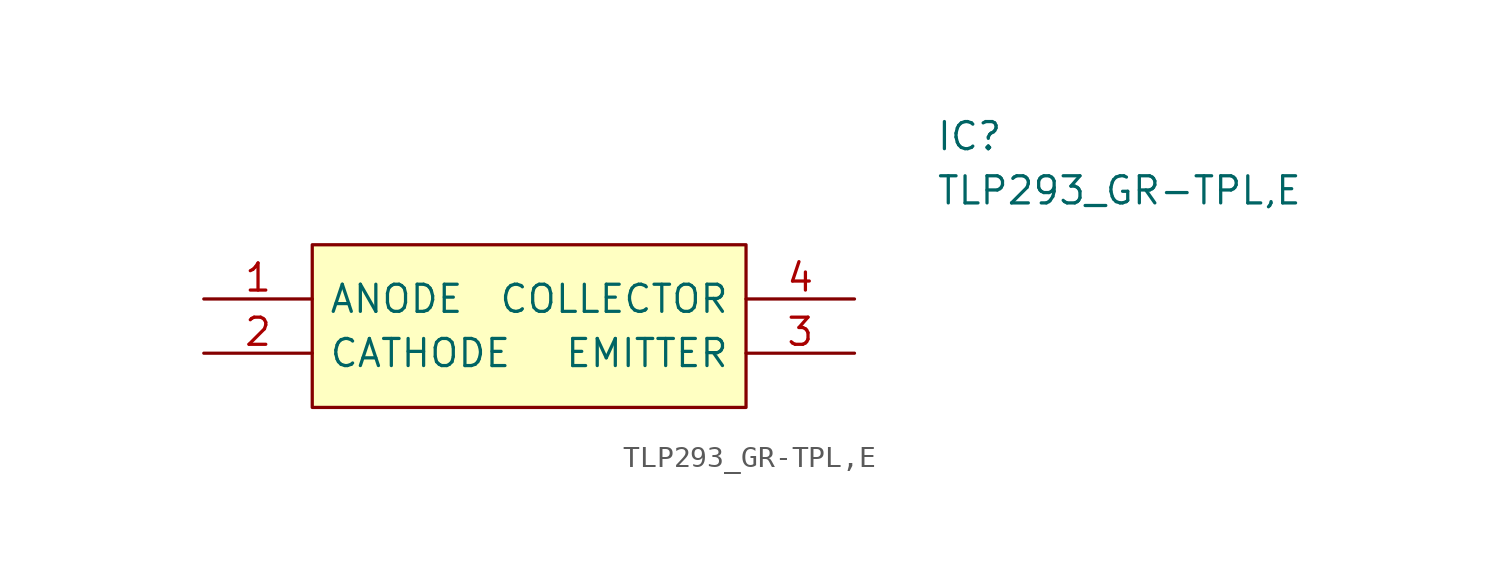
<source format=kicad_sym>
(kicad_symbol_lib
  (version 20211014)
  (generator kicad_symbol_editor)
  (symbol "TLP293_GR-TPL,E"
    (pin_names
      (offset 0.762))
    (property "Reference" "IC"
      (at 34.29 7.62 0)
      (effects (font (size 1.27 1.27)) (justify left)))
    (property "Value" "TLP293_GR-TPL,E"
      (at 34.29 5.08 0)
      (effects (font (size 1.27 1.27)) (justify left)))
    (symbol "TLP293_GR-TPL,E_0_0"
      (pin passive line (at 0 0 0) (length 5.08) (name "ANODE" (effects (font (size 1.27 1.27)))) (number "1" (effects (font (size 1.27 1.27)))))
      (pin passive line (at 0 -2.54 0) (length 5.08) (name "CATHODE" (effects (font (size 1.27 1.27)))) (number "2" (effects (font (size 1.27 1.27)))))
      (pin passive line (at 30.48 -2.54 180) (length 5.08) (name "EMITTER" (effects (font (size 1.27 1.27)))) (number "3" (effects (font (size 1.27 1.27)))))
      (pin passive line (at 30.48 0 180) (length 5.08) (name "COLLECTOR" (effects (font (size 1.27 1.27)))) (number "4" (effects (font (size 1.27 1.27))))))
    (symbol "TLP293_GR-TPL,E_0_1"
      (polyline (pts (xy 5.08 2.54) (xy 25.4 2.54) (xy 25.4 -5.08) (xy 5.08 -5.08) (xy 5.08 2.54)) (stroke (width 0.152) (type default) (color 0 0 0 0)) (fill (type background))))))
</source>
